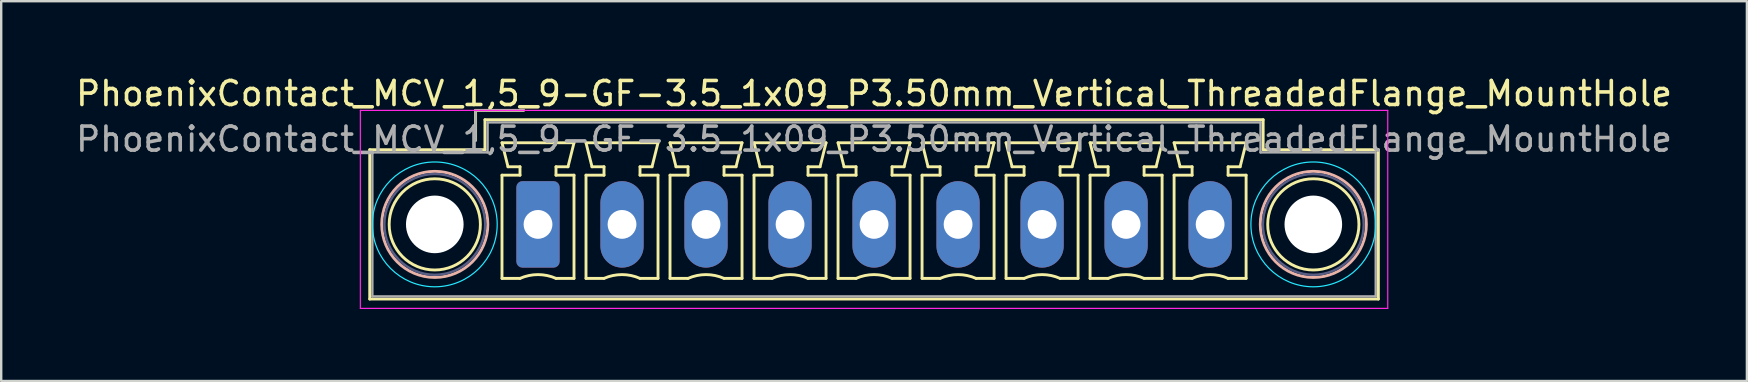
<source format=kicad_pcb>
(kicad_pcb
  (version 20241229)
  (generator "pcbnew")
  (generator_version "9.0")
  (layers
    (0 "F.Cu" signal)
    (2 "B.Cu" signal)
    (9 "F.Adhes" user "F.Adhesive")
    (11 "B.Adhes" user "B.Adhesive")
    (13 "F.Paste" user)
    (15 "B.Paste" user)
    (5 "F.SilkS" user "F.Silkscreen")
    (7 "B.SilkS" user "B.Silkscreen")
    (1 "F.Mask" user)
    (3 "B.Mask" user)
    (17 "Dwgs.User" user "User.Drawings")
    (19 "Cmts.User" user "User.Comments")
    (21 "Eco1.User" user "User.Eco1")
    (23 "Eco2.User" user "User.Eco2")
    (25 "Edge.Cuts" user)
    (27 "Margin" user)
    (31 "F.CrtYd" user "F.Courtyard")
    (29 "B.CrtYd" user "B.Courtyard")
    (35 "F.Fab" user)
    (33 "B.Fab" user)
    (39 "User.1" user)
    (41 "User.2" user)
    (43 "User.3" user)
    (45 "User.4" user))
  (footprint "PhoenixContact_MCV_1,5_9-GF-3.5_1x09_P3.50mm_Vertical_ThreadedFlange_MountHole"
    (layer "F.Cu")
    (at 19.363 6.298)
    (property "Reference" "PhoenixContact_MCV_1,5_9-GF-3.5_1x09_P3.50mm_Vertical_ThreadedFlange_MountHole" (at 14 -5.45 0) (layer "F.SilkS") (effects (font (size 1 1) (thickness 0.15))))
    (attr through_hole)
    (fp_line (start -7.01 -3.11) (end -7.01 3.11) (stroke (width 0.12) (type solid)) (layer "F.SilkS"))
    (fp_line (start -7.01 3.11) (end 35.01 3.11) (stroke (width 0.12) (type solid)) (layer "F.SilkS"))
    (fp_line (start -2.6 -4.75) (end -0.6 -4.75) (stroke (width 0.12) (type solid)) (layer "F.SilkS"))
    (fp_line (start -2.6 -3.5) (end -2.6 -4.75) (stroke (width 0.12) (type solid)) (layer "F.SilkS"))
    (fp_line (start -2.21 -4.36) (end -2.21 -3.11) (stroke (width 0.12) (type solid)) (layer "F.SilkS"))
    (fp_line (start -2.21 -3.11) (end -7.01 -3.11) (stroke (width 0.12) (type solid)) (layer "F.SilkS"))
    (fp_line (start -1.5 -3.4) (end 1.5 -3.4) (stroke (width 0.12) (type solid)) (layer "F.SilkS"))
    (fp_line (start -1.5 -2.05) (end -0.75 -2.05) (stroke (width 0.12) (type solid)) (layer "F.SilkS"))
    (fp_line (start -1.5 2.25) (end -1.5 -2.05) (stroke (width 0.12) (type solid)) (layer "F.SilkS"))
    (fp_line (start -1.25 -2.4) (end -1.5 -3.4) (stroke (width 0.12) (type solid)) (layer "F.SilkS"))
    (fp_line (start -0.75 -2.4) (end -1.25 -2.4) (stroke (width 0.12) (type solid)) (layer "F.SilkS"))
    (fp_line (start -0.75 -2.05) (end -0.75 -2.4) (stroke (width 0.12) (type solid)) (layer "F.SilkS"))
    (fp_line (start -0.75 2.25) (end -1.5 2.25) (stroke (width 0.12) (type solid)) (layer "F.SilkS"))
    (fp_line (start 0.75 -2.4) (end 0.75 -2.05) (stroke (width 0.12) (type solid)) (layer "F.SilkS"))
    (fp_line (start 0.75 -2.05) (end 1.5 -2.05) (stroke (width 0.12) (type solid)) (layer "F.SilkS"))
    (fp_line (start 1.25 -2.4) (end 0.75 -2.4) (stroke (width 0.12) (type solid)) (layer "F.SilkS"))
    (fp_line (start 1.5 -3.4) (end 1.25 -2.4) (stroke (width 0.12) (type solid)) (layer "F.SilkS"))
    (fp_line (start 1.5 -2.05) (end 1.5 2.25) (stroke (width 0.12) (type solid)) (layer "F.SilkS"))
    (fp_line (start 1.5 2.25) (end 0.75 2.25) (stroke (width 0.12) (type solid)) (layer "F.SilkS"))
    (fp_line (start 2 -3.4) (end 5 -3.4) (stroke (width 0.12) (type solid)) (layer "F.SilkS"))
    (fp_line (start 2 -2.05) (end 2.75 -2.05) (stroke (width 0.12) (type solid)) (layer "F.SilkS"))
    (fp_line (start 2 2.25) (end 2 -2.05) (stroke (width 0.12) (type solid)) (layer "F.SilkS"))
    (fp_line (start 2.25 -2.4) (end 2 -3.4) (stroke (width 0.12) (type solid)) (layer "F.SilkS"))
    (fp_line (start 2.75 -2.4) (end 2.25 -2.4) (stroke (width 0.12) (type solid)) (layer "F.SilkS"))
    (fp_line (start 2.75 -2.05) (end 2.75 -2.4) (stroke (width 0.12) (type solid)) (layer "F.SilkS"))
    (fp_line (start 2.75 2.25) (end 2 2.25) (stroke (width 0.12) (type solid)) (layer "F.SilkS"))
    (fp_line (start 4.25 -2.4) (end 4.25 -2.05) (stroke (width 0.12) (type solid)) (layer "F.SilkS"))
    (fp_line (start 4.25 -2.05) (end 5 -2.05) (stroke (width 0.12) (type solid)) (layer "F.SilkS"))
    (fp_line (start 4.75 -2.4) (end 4.25 -2.4) (stroke (width 0.12) (type solid)) (layer "F.SilkS"))
    (fp_line (start 5 -3.4) (end 4.75 -2.4) (stroke (width 0.12) (type solid)) (layer "F.SilkS"))
    (fp_line (start 5 -2.05) (end 5 2.25) (stroke (width 0.12) (type solid)) (layer "F.SilkS"))
    (fp_line (start 5 2.25) (end 4.25 2.25) (stroke (width 0.12) (type solid)) (layer "F.SilkS"))
    (fp_line (start 5.5 -3.4) (end 8.5 -3.4) (stroke (width 0.12) (type solid)) (layer "F.SilkS"))
    (fp_line (start 5.5 -2.05) (end 6.25 -2.05) (stroke (width 0.12) (type solid)) (layer "F.SilkS"))
    (fp_line (start 5.5 2.25) (end 5.5 -2.05) (stroke (width 0.12) (type solid)) (layer "F.SilkS"))
    (fp_line (start 5.75 -2.4) (end 5.5 -3.4) (stroke (width 0.12) (type solid)) (layer "F.SilkS"))
    (fp_line (start 6.25 -2.4) (end 5.75 -2.4) (stroke (width 0.12) (type solid)) (layer "F.SilkS"))
    (fp_line (start 6.25 -2.05) (end 6.25 -2.4) (stroke (width 0.12) (type solid)) (layer "F.SilkS"))
    (fp_line (start 6.25 2.25) (end 5.5 2.25) (stroke (width 0.12) (type solid)) (layer "F.SilkS"))
    (fp_line (start 7.75 -2.4) (end 7.75 -2.05) (stroke (width 0.12) (type solid)) (layer "F.SilkS"))
    (fp_line (start 7.75 -2.05) (end 8.5 -2.05) (stroke (width 0.12) (type solid)) (layer "F.SilkS"))
    (fp_line (start 8.25 -2.4) (end 7.75 -2.4) (stroke (width 0.12) (type solid)) (layer "F.SilkS"))
    (fp_line (start 8.5 -3.4) (end 8.25 -2.4) (stroke (width 0.12) (type solid)) (layer "F.SilkS"))
    (fp_line (start 8.5 -2.05) (end 8.5 2.25) (stroke (width 0.12) (type solid)) (layer "F.SilkS"))
    (fp_line (start 8.5 2.25) (end 7.75 2.25) (stroke (width 0.12) (type solid)) (layer "F.SilkS"))
    (fp_line (start 9 -3.4) (end 12 -3.4) (stroke (width 0.12) (type solid)) (layer "F.SilkS"))
    (fp_line (start 9 -2.05) (end 9.75 -2.05) (stroke (width 0.12) (type solid)) (layer "F.SilkS"))
    (fp_line (start 9 2.25) (end 9 -2.05) (stroke (width 0.12) (type solid)) (layer "F.SilkS"))
    (fp_line (start 9.25 -2.4) (end 9 -3.4) (stroke (width 0.12) (type solid)) (layer "F.SilkS"))
    (fp_line (start 9.75 -2.4) (end 9.25 -2.4) (stroke (width 0.12) (type solid)) (layer "F.SilkS"))
    (fp_line (start 9.75 -2.05) (end 9.75 -2.4) (stroke (width 0.12) (type solid)) (layer "F.SilkS"))
    (fp_line (start 9.75 2.25) (end 9 2.25) (stroke (width 0.12) (type solid)) (layer "F.SilkS"))
    (fp_line (start 11.25 -2.4) (end 11.25 -2.05) (stroke (width 0.12) (type solid)) (layer "F.SilkS"))
    (fp_line (start 11.25 -2.05) (end 12 -2.05) (stroke (width 0.12) (type solid)) (layer "F.SilkS"))
    (fp_line (start 11.75 -2.4) (end 11.25 -2.4) (stroke (width 0.12) (type solid)) (layer "F.SilkS"))
    (fp_line (start 12 -3.4) (end 11.75 -2.4) (stroke (width 0.12) (type solid)) (layer "F.SilkS"))
    (fp_line (start 12 -2.05) (end 12 2.25) (stroke (width 0.12) (type solid)) (layer "F.SilkS"))
    (fp_line (start 12 2.25) (end 11.25 2.25) (stroke (width 0.12) (type solid)) (layer "F.SilkS"))
    (fp_line (start 12.5 -3.4) (end 15.5 -3.4) (stroke (width 0.12) (type solid)) (layer "F.SilkS"))
    (fp_line (start 12.5 -2.05) (end 13.25 -2.05) (stroke (width 0.12) (type solid)) (layer "F.SilkS"))
    (fp_line (start 12.5 2.25) (end 12.5 -2.05) (stroke (width 0.12) (type solid)) (layer "F.SilkS"))
    (fp_line (start 12.75 -2.4) (end 12.5 -3.4) (stroke (width 0.12) (type solid)) (layer "F.SilkS"))
    (fp_line (start 13.25 -2.4) (end 12.75 -2.4) (stroke (width 0.12) (type solid)) (layer "F.SilkS"))
    (fp_line (start 13.25 -2.05) (end 13.25 -2.4) (stroke (width 0.12) (type solid)) (layer "F.SilkS"))
    (fp_line (start 13.25 2.25) (end 12.5 2.25) (stroke (width 0.12) (type solid)) (layer "F.SilkS"))
    (fp_line (start 14.75 -2.4) (end 14.75 -2.05) (stroke (width 0.12) (type solid)) (layer "F.SilkS"))
    (fp_line (start 14.75 -2.05) (end 15.5 -2.05) (stroke (width 0.12) (type solid)) (layer "F.SilkS"))
    (fp_line (start 15.25 -2.4) (end 14.75 -2.4) (stroke (width 0.12) (type solid)) (layer "F.SilkS"))
    (fp_line (start 15.5 -3.4) (end 15.25 -2.4) (stroke (width 0.12) (type solid)) (layer "F.SilkS"))
    (fp_line (start 15.5 -2.05) (end 15.5 2.25) (stroke (width 0.12) (type solid)) (layer "F.SilkS"))
    (fp_line (start 15.5 2.25) (end 14.75 2.25) (stroke (width 0.12) (type solid)) (layer "F.SilkS"))
    (fp_line (start 16 -3.4) (end 19 -3.4) (stroke (width 0.12) (type solid)) (layer "F.SilkS"))
    (fp_line (start 16 -2.05) (end 16.75 -2.05) (stroke (width 0.12) (type solid)) (layer "F.SilkS"))
    (fp_line (start 16 2.25) (end 16 -2.05) (stroke (width 0.12) (type solid)) (layer "F.SilkS"))
    (fp_line (start 16.25 -2.4) (end 16 -3.4) (stroke (width 0.12) (type solid)) (layer "F.SilkS"))
    (fp_line (start 16.75 -2.4) (end 16.25 -2.4) (stroke (width 0.12) (type solid)) (layer "F.SilkS"))
    (fp_line (start 16.75 -2.05) (end 16.75 -2.4) (stroke (width 0.12) (type solid)) (layer "F.SilkS"))
    (fp_line (start 16.75 2.25) (end 16 2.25) (stroke (width 0.12) (type solid)) (layer "F.SilkS"))
    (fp_line (start 18.25 -2.4) (end 18.25 -2.05) (stroke (width 0.12) (type solid)) (layer "F.SilkS"))
    (fp_line (start 18.25 -2.05) (end 19 -2.05) (stroke (width 0.12) (type solid)) (layer "F.SilkS"))
    (fp_line (start 18.75 -2.4) (end 18.25 -2.4) (stroke (width 0.12) (type solid)) (layer "F.SilkS"))
    (fp_line (start 19 -3.4) (end 18.75 -2.4) (stroke (width 0.12) (type solid)) (layer "F.SilkS"))
    (fp_line (start 19 -2.05) (end 19 2.25) (stroke (width 0.12) (type solid)) (layer "F.SilkS"))
    (fp_line (start 19 2.25) (end 18.25 2.25) (stroke (width 0.12) (type solid)) (layer "F.SilkS"))
    (fp_line (start 19.5 -3.4) (end 22.5 -3.4) (stroke (width 0.12) (type solid)) (layer "F.SilkS"))
    (fp_line (start 19.5 -2.05) (end 20.25 -2.05) (stroke (width 0.12) (type solid)) (layer "F.SilkS"))
    (fp_line (start 19.5 2.25) (end 19.5 -2.05) (stroke (width 0.12) (type solid)) (layer "F.SilkS"))
    (fp_line (start 19.75 -2.4) (end 19.5 -3.4) (stroke (width 0.12) (type solid)) (layer "F.SilkS"))
    (fp_line (start 20.25 -2.4) (end 19.75 -2.4) (stroke (width 0.12) (type solid)) (layer "F.SilkS"))
    (fp_line (start 20.25 -2.05) (end 20.25 -2.4) (stroke (width 0.12) (type solid)) (layer "F.SilkS"))
    (fp_line (start 20.25 2.25) (end 19.5 2.25) (stroke (width 0.12) (type solid)) (layer "F.SilkS"))
    (fp_line (start 21.75 -2.4) (end 21.75 -2.05) (stroke (width 0.12) (type solid)) (layer "F.SilkS"))
    (fp_line (start 21.75 -2.05) (end 22.5 -2.05) (stroke (width 0.12) (type solid)) (layer "F.SilkS"))
    (fp_line (start 22.25 -2.4) (end 21.75 -2.4) (stroke (width 0.12) (type solid)) (layer "F.SilkS"))
    (fp_line (start 22.5 -3.4) (end 22.25 -2.4) (stroke (width 0.12) (type solid)) (layer "F.SilkS"))
    (fp_line (start 22.5 -2.05) (end 22.5 2.25) (stroke (width 0.12) (type solid)) (layer "F.SilkS"))
    (fp_line (start 22.5 2.25) (end 21.75 2.25) (stroke (width 0.12) (type solid)) (layer "F.SilkS"))
    (fp_line (start 23 -3.4) (end 26 -3.4) (stroke (width 0.12) (type solid)) (layer "F.SilkS"))
    (fp_line (start 23 -2.05) (end 23.75 -2.05) (stroke (width 0.12) (type solid)) (layer "F.SilkS"))
    (fp_line (start 23 2.25) (end 23 -2.05) (stroke (width 0.12) (type solid)) (layer "F.SilkS"))
    (fp_line (start 23.25 -2.4) (end 23 -3.4) (stroke (width 0.12) (type solid)) (layer "F.SilkS"))
    (fp_line (start 23.75 -2.4) (end 23.25 -2.4) (stroke (width 0.12) (type solid)) (layer "F.SilkS"))
    (fp_line (start 23.75 -2.05) (end 23.75 -2.4) (stroke (width 0.12) (type solid)) (layer "F.SilkS"))
    (fp_line (start 23.75 2.25) (end 23 2.25) (stroke (width 0.12) (type solid)) (layer "F.SilkS"))
    (fp_line (start 25.25 -2.4) (end 25.25 -2.05) (stroke (width 0.12) (type solid)) (layer "F.SilkS"))
    (fp_line (start 25.25 -2.05) (end 26 -2.05) (stroke (width 0.12) (type solid)) (layer "F.SilkS"))
    (fp_line (start 25.75 -2.4) (end 25.25 -2.4) (stroke (width 0.12) (type solid)) (layer "F.SilkS"))
    (fp_line (start 26 -3.4) (end 25.75 -2.4) (stroke (width 0.12) (type solid)) (layer "F.SilkS"))
    (fp_line (start 26 -2.05) (end 26 2.25) (stroke (width 0.12) (type solid)) (layer "F.SilkS"))
    (fp_line (start 26 2.25) (end 25.25 2.25) (stroke (width 0.12) (type solid)) (layer "F.SilkS"))
    (fp_line (start 26.5 -3.4) (end 29.5 -3.4) (stroke (width 0.12) (type solid)) (layer "F.SilkS"))
    (fp_line (start 26.5 -2.05) (end 27.25 -2.05) (stroke (width 0.12) (type solid)) (layer "F.SilkS"))
    (fp_line (start 26.5 2.25) (end 26.5 -2.05) (stroke (width 0.12) (type solid)) (layer "F.SilkS"))
    (fp_line (start 26.75 -2.4) (end 26.5 -3.4) (stroke (width 0.12) (type solid)) (layer "F.SilkS"))
    (fp_line (start 27.25 -2.4) (end 26.75 -2.4) (stroke (width 0.12) (type solid)) (layer "F.SilkS"))
    (fp_line (start 27.25 -2.05) (end 27.25 -2.4) (stroke (width 0.12) (type solid)) (layer "F.SilkS"))
    (fp_line (start 27.25 2.25) (end 26.5 2.25) (stroke (width 0.12) (type solid)) (layer "F.SilkS"))
    (fp_line (start 28.75 -2.4) (end 28.75 -2.05) (stroke (width 0.12) (type solid)) (layer "F.SilkS"))
    (fp_line (start 28.75 -2.05) (end 29.5 -2.05) (stroke (width 0.12) (type solid)) (layer "F.SilkS"))
    (fp_line (start 29.25 -2.4) (end 28.75 -2.4) (stroke (width 0.12) (type solid)) (layer "F.SilkS"))
    (fp_line (start 29.5 -3.4) (end 29.25 -2.4) (stroke (width 0.12) (type solid)) (layer "F.SilkS"))
    (fp_line (start 29.5 -2.05) (end 29.5 2.25) (stroke (width 0.12) (type solid)) (layer "F.SilkS"))
    (fp_line (start 29.5 2.25) (end 28.75 2.25) (stroke (width 0.12) (type solid)) (layer "F.SilkS"))
    (fp_line (start 30.21 -4.36) (end -2.21 -4.36) (stroke (width 0.12) (type solid)) (layer "F.SilkS"))
    (fp_line (start 30.21 -3.11) (end 30.21 -4.36) (stroke (width 0.12) (type solid)) (layer "F.SilkS"))
    (fp_line (start 35.01 -3.11) (end 30.21 -3.11) (stroke (width 0.12) (type solid)) (layer "F.SilkS"))
    (fp_line (start 35.01 3.11) (end 35.01 -3.11) (stroke (width 0.12) (type solid)) (layer "F.SilkS"))
    (fp_arc (start -0.75 2.25) (mid -0.000193 2.09191) (end 0.749647 2.249844) (stroke (width 0.12) (type solid)) (layer "F.SilkS"))
    (fp_arc (start 2.75 2.25) (mid 3.499807 2.09191) (end 4.249647 2.249844) (stroke (width 0.12) (type solid)) (layer "F.SilkS"))
    (fp_arc (start 6.25 2.25) (mid 6.999807 2.09191) (end 7.749647 2.249844) (stroke (width 0.12) (type solid)) (layer "F.SilkS"))
    (fp_arc (start 9.75 2.25) (mid 10.499807 2.09191) (end 11.249647 2.249844) (stroke (width 0.12) (type solid)) (layer "F.SilkS"))
    (fp_arc (start 13.25 2.25) (mid 13.999807 2.09191) (end 14.749647 2.249844) (stroke (width 0.12) (type solid)) (layer "F.SilkS"))
    (fp_arc (start 16.75 2.25) (mid 17.499807 2.09191) (end 18.249647 2.249844) (stroke (width 0.12) (type solid)) (layer "F.SilkS"))
    (fp_arc (start 20.25 2.25) (mid 20.999807 2.09191) (end 21.749647 2.249844) (stroke (width 0.12) (type solid)) (layer "F.SilkS"))
    (fp_arc (start 23.75 2.25) (mid 24.499807 2.09191) (end 25.249647 2.249844) (stroke (width 0.12) (type solid)) (layer "F.SilkS"))
    (fp_arc (start 27.25 2.25) (mid 27.999807 2.09191) (end 28.749647 2.249844) (stroke (width 0.12) (type solid)) (layer "F.SilkS"))
    (fp_circle (center -4.3 0) (end -2.4 0) (stroke (width 0.12) (type solid)) (fill no) (layer "F.SilkS"))
    (fp_circle (center 32.3 0) (end 34.2 0) (stroke (width 0.12) (type solid)) (fill no) (layer "F.SilkS"))
    (fp_circle (center -4.3 0) (end -2.09 0) (stroke (width 0.12) (type solid)) (fill no) (layer "B.SilkS"))
    (fp_circle (center 32.3 0) (end 34.51 0) (stroke (width 0.12) (type solid)) (fill no) (layer "B.SilkS"))
    (fp_circle (center -4.3 0) (end -1.7 0) (stroke (width 0.05) (type solid)) (fill no) (layer "B.CrtYd"))
    (fp_circle (center 32.3 0) (end 34.9 0) (stroke (width 0.05) (type solid)) (fill no) (layer "B.CrtYd"))
    (fp_line (start -7.4 -4.75) (end -7.4 3.5) (stroke (width 0.05) (type solid)) (layer "F.CrtYd"))
    (fp_line (start -7.4 3.5) (end 35.4 3.5) (stroke (width 0.05) (type solid)) (layer "F.CrtYd"))
    (fp_line (start 35.4 -4.75) (end -7.4 -4.75) (stroke (width 0.05) (type solid)) (layer "F.CrtYd"))
    (fp_line (start 35.4 3.5) (end 35.4 -4.75) (stroke (width 0.05) (type solid)) (layer "F.CrtYd"))
    (fp_circle (center -4.3 0) (end -2.2 0) (stroke (width 0.1) (type solid)) (fill no) (layer "B.Fab"))
    (fp_circle (center 32.3 0) (end 34.4 0) (stroke (width 0.1) (type solid)) (fill no) (layer "B.Fab"))
    (fp_line (start -6.9 -3) (end -6.9 3) (stroke (width 0.1) (type solid)) (layer "F.Fab"))
    (fp_line (start -6.9 3) (end 34.9 3) (stroke (width 0.1) (type solid)) (layer "F.Fab"))
    (fp_line (start -2.6 -4.75) (end -0.6 -4.75) (stroke (width 0.1) (type solid)) (layer "F.Fab"))
    (fp_line (start -2.6 -3.5) (end -2.6 -4.75) (stroke (width 0.1) (type solid)) (layer "F.Fab"))
    (fp_line (start -2.1 -4.25) (end -2.1 -3) (stroke (width 0.1) (type solid)) (layer "F.Fab"))
    (fp_line (start -2.1 -3) (end -6.9 -3) (stroke (width 0.1) (type solid)) (layer "F.Fab"))
    (fp_line (start 30.1 -4.25) (end -2.1 -4.25) (stroke (width 0.1) (type solid)) (layer "F.Fab"))
    (fp_line (start 30.1 -3) (end 30.1 -4.25) (stroke (width 0.1) (type solid)) (layer "F.Fab"))
    (fp_line (start 34.9 -3) (end 30.1 -3) (stroke (width 0.1) (type solid)) (layer "F.Fab"))
    (fp_line (start 34.9 3) (end 34.9 -3) (stroke (width 0.1) (type solid)) (layer "F.Fab"))
    (fp_text user "${REFERENCE}" (at 14 -3.55 0) (layer "F.Fab") (effects (font (size 1 1) (thickness 0.15))))
    (pad "" np_thru_hole circle (at -4.3 0) (size 2.4 2.4) (drill 2.4) (layers "*.Cu" "*.Mask"))
    (pad "" np_thru_hole circle (at 32.3 0) (size 2.4 2.4) (drill 2.4) (layers "*.Cu" "*.Mask"))
    (pad "1" thru_hole roundrect (at 0 0) (size 1.8 3.6) (drill 1.2) (layers "*.Cu" "*.Mask") (roundrect_rratio 0.139))
    (pad "2" thru_hole oval (at 3.5 0) (size 1.8 3.6) (drill 1.2) (layers "*.Cu" "*.Mask"))
    (pad "3" thru_hole oval (at 7 0) (size 1.8 3.6) (drill 1.2) (layers "*.Cu" "*.Mask"))
    (pad "4" thru_hole oval (at 10.5 0) (size 1.8 3.6) (drill 1.2) (layers "*.Cu" "*.Mask"))
    (pad "5" thru_hole oval (at 14 0) (size 1.8 3.6) (drill 1.2) (layers "*.Cu" "*.Mask"))
    (pad "6" thru_hole oval (at 17.5 0) (size 1.8 3.6) (drill 1.2) (layers "*.Cu" "*.Mask"))
    (pad "7" thru_hole oval (at 21 0) (size 1.8 3.6) (drill 1.2) (layers "*.Cu" "*.Mask"))
    (pad "8" thru_hole oval (at 24.5 0) (size 1.8 3.6) (drill 1.2) (layers "*.Cu" "*.Mask"))
    (pad "9" thru_hole oval (at 28 0) (size 1.8 3.6) (drill 1.2) (layers "*.Cu" "*.Mask")))
  (gr_rect
    (start -3 -3)
    (end 69.726 12.823)
    (stroke (width 0.1) (type default))
    (fill no)
    (layer "Edge.Cuts")))
</source>
